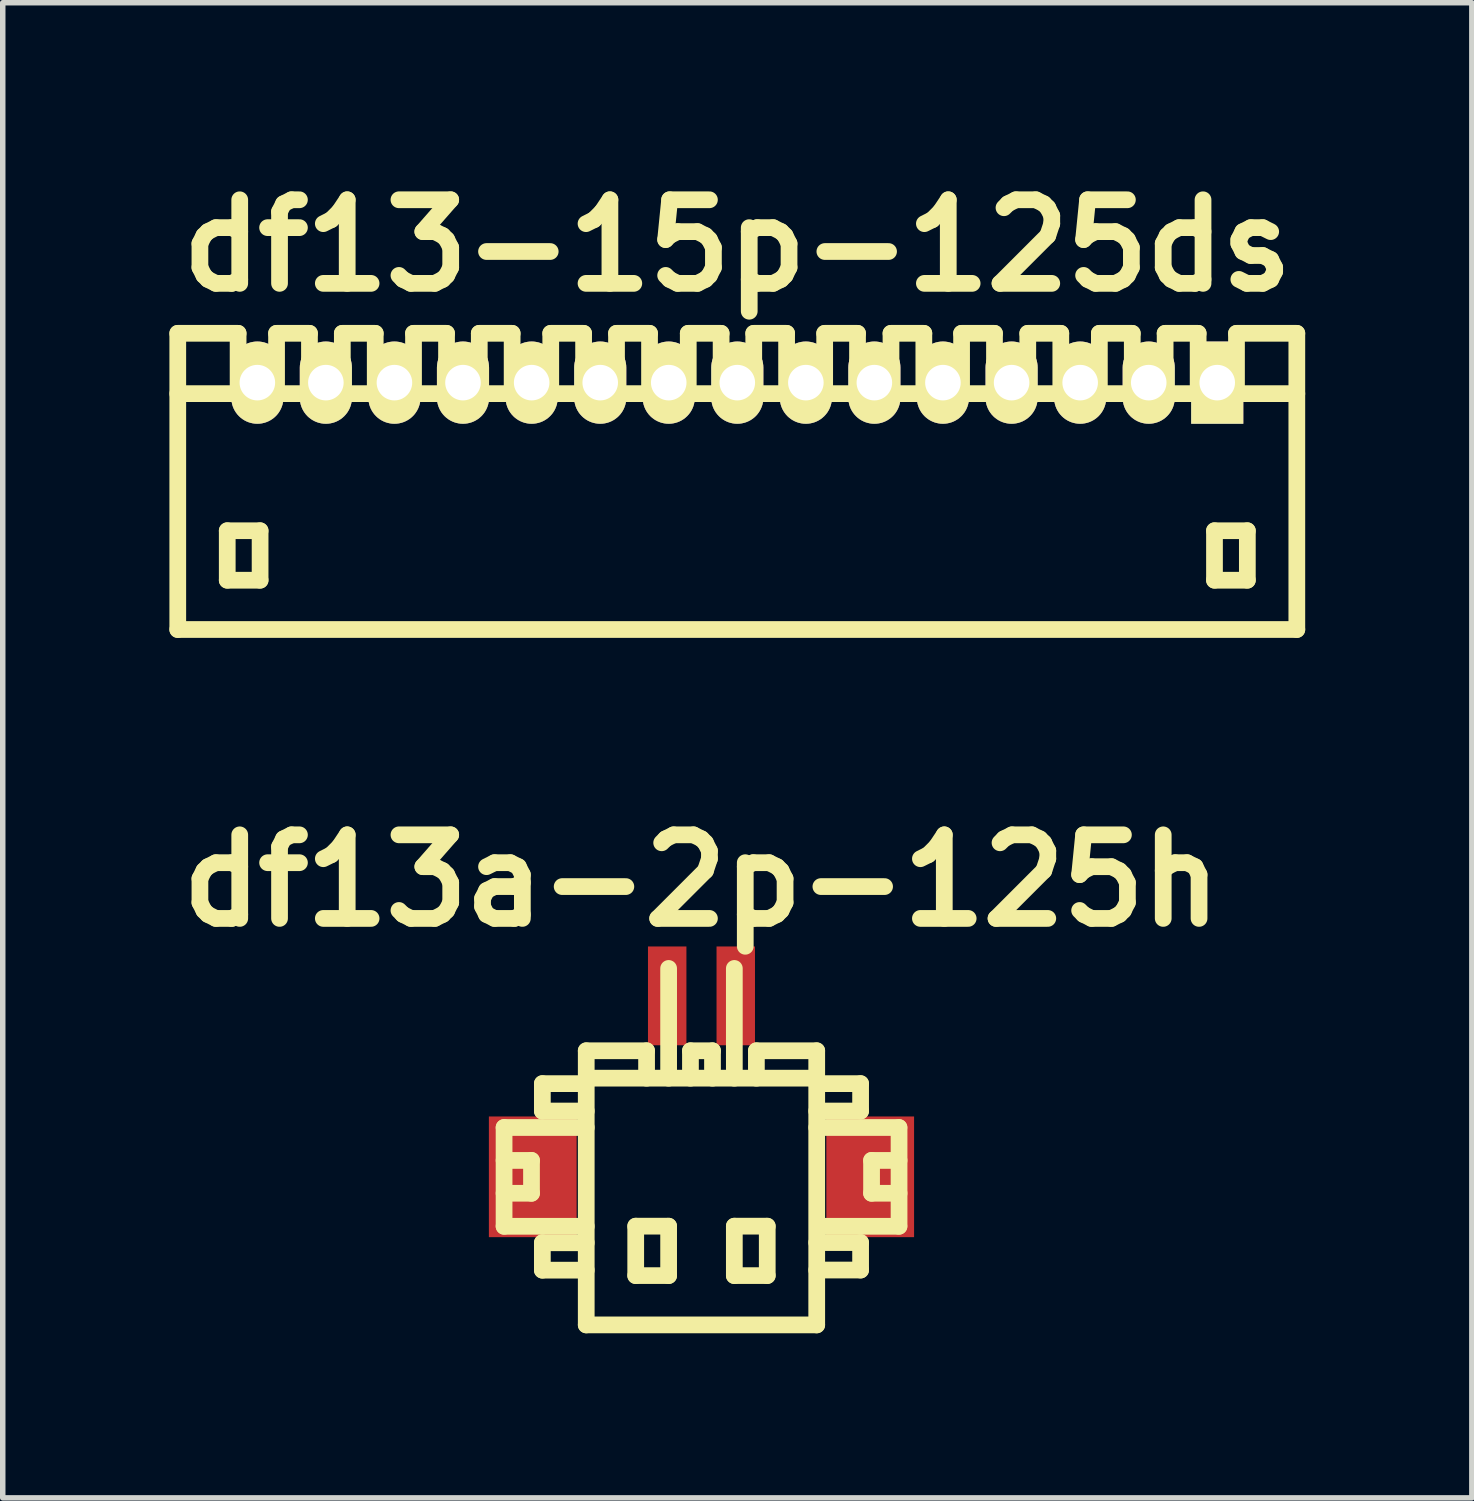
<source format=kicad_pcb>
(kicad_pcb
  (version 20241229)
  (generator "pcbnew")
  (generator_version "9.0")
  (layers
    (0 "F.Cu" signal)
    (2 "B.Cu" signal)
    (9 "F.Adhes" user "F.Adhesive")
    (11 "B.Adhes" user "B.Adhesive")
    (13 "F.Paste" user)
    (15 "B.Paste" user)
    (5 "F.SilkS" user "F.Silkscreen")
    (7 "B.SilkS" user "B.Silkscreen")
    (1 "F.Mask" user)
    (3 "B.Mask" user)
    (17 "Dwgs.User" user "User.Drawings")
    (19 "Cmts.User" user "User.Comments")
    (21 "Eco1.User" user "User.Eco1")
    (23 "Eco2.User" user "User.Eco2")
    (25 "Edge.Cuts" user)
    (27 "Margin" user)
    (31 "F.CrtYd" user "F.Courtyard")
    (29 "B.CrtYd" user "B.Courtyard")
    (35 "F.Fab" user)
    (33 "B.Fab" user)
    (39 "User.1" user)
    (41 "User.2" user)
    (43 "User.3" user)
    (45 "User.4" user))
  (footprint "df13-15p-125ds"
    (layer "F.Cu")
    (at 10.392 5.727)
    (property "Reference" "df13-15p-125ds" (at 0 -4.3 0) (layer "F.SilkS") (effects (font (size 1.524 1.524) (thickness 0.305))))
    (attr through_hole)
    (fp_line (start -10.201 2.7) (end -10.201 -2.7) (stroke (width 0.305) (type solid)) (layer "F.SilkS"))
    (fp_line (start -10.201 2.7) (end 10.201 2.7) (stroke (width 0.305) (type solid)) (layer "F.SilkS"))
    (fp_line (start -9.299 0.899) (end -9.299 1.801) (stroke (width 0.305) (type solid)) (layer "F.SilkS"))
    (fp_line (start -9.299 1.801) (end -8.7 1.801) (stroke (width 0.305) (type solid)) (layer "F.SilkS"))
    (fp_line (start -9.101 -2.7) (end -10.201 -2.7) (stroke (width 0.305) (type solid)) (layer "F.SilkS"))
    (fp_line (start -9.101 -1.6) (end -9.101 -2.7) (stroke (width 0.305) (type solid)) (layer "F.SilkS"))
    (fp_line (start -8.7 0.899) (end -9.299 0.899) (stroke (width 0.305) (type solid)) (layer "F.SilkS"))
    (fp_line (start -8.7 1.801) (end -8.7 0.899) (stroke (width 0.305) (type solid)) (layer "F.SilkS"))
    (fp_line (start -8.4 -2.7) (end -8.4 -1.6) (stroke (width 0.305) (type solid)) (layer "F.SilkS"))
    (fp_line (start -7.8 -2.7) (end -8.4 -2.7) (stroke (width 0.305) (type solid)) (layer "F.SilkS"))
    (fp_line (start -7.8 -1.6) (end -7.8 -2.7) (stroke (width 0.305) (type solid)) (layer "F.SilkS"))
    (fp_line (start -7.201 -2.7) (end -7.201 -1.6) (stroke (width 0.305) (type solid)) (layer "F.SilkS"))
    (fp_line (start -6.601 -2.7) (end -7.201 -2.7) (stroke (width 0.305) (type solid)) (layer "F.SilkS"))
    (fp_line (start -6.601 -1.6) (end -6.601 -2.7) (stroke (width 0.305) (type solid)) (layer "F.SilkS"))
    (fp_line (start -5.903 -2.7) (end -5.903 -1.6) (stroke (width 0.305) (type solid)) (layer "F.SilkS"))
    (fp_line (start -5.301 -2.7) (end -5.903 -2.7) (stroke (width 0.305) (type solid)) (layer "F.SilkS"))
    (fp_line (start -5.301 -1.6) (end -5.301 -2.7) (stroke (width 0.305) (type solid)) (layer "F.SilkS"))
    (fp_line (start -4.704 -2.7) (end -4.704 -1.6) (stroke (width 0.305) (type solid)) (layer "F.SilkS"))
    (fp_line (start -4.105 -2.7) (end -4.704 -2.7) (stroke (width 0.305) (type solid)) (layer "F.SilkS"))
    (fp_line (start -4.105 -1.6) (end -4.105 -2.7) (stroke (width 0.305) (type solid)) (layer "F.SilkS"))
    (fp_line (start -3.401 -2.7) (end -3.401 -1.6) (stroke (width 0.305) (type solid)) (layer "F.SilkS"))
    (fp_line (start -2.802 -2.7) (end -3.401 -2.7) (stroke (width 0.305) (type solid)) (layer "F.SilkS"))
    (fp_line (start -2.802 -1.6) (end -2.802 -2.7) (stroke (width 0.305) (type solid)) (layer "F.SilkS"))
    (fp_line (start -2.202 -2.7) (end -2.202 -1.6) (stroke (width 0.305) (type solid)) (layer "F.SilkS"))
    (fp_line (start -1.6 -2.7) (end -2.202 -2.7) (stroke (width 0.305) (type solid)) (layer "F.SilkS"))
    (fp_line (start -1.6 -2.7) (end -1.6 -1.6) (stroke (width 0.305) (type solid)) (layer "F.SilkS"))
    (fp_line (start -0.894 -2.7) (end -0.894 -1.6) (stroke (width 0.305) (type solid)) (layer "F.SilkS"))
    (fp_line (start -0.295 -2.7) (end -0.894 -2.7) (stroke (width 0.305) (type solid)) (layer "F.SilkS"))
    (fp_line (start -0.295 -2.7) (end -0.295 -1.6) (stroke (width 0.305) (type solid)) (layer "F.SilkS"))
    (fp_line (start 0.3 -2.7) (end 0.3 -1.6) (stroke (width 0.305) (type solid)) (layer "F.SilkS"))
    (fp_line (start 0.899 -2.7) (end 0.3 -2.7) (stroke (width 0.305) (type solid)) (layer "F.SilkS"))
    (fp_line (start 0.899 -1.6) (end 0.899 -2.7) (stroke (width 0.305) (type solid)) (layer "F.SilkS"))
    (fp_line (start 1.593 -1.6) (end 1.593 -2.7) (stroke (width 0.305) (type solid)) (layer "F.SilkS"))
    (fp_line (start 2.192 -2.7) (end 1.593 -2.7) (stroke (width 0.305) (type solid)) (layer "F.SilkS"))
    (fp_line (start 2.192 -1.6) (end 2.192 -2.7) (stroke (width 0.305) (type solid)) (layer "F.SilkS"))
    (fp_line (start 2.802 -2.7) (end 3.401 -2.7) (stroke (width 0.305) (type solid)) (layer "F.SilkS"))
    (fp_line (start 2.802 -1.6) (end 2.802 -2.7) (stroke (width 0.305) (type solid)) (layer "F.SilkS"))
    (fp_line (start 3.401 -2.7) (end 3.401 -1.6) (stroke (width 0.305) (type solid)) (layer "F.SilkS"))
    (fp_line (start 4.089 -2.7) (end 4.689 -2.7) (stroke (width 0.305) (type solid)) (layer "F.SilkS"))
    (fp_line (start 4.089 -1.6) (end 4.089 -2.7) (stroke (width 0.305) (type solid)) (layer "F.SilkS"))
    (fp_line (start 4.689 -2.7) (end 4.689 -1.6) (stroke (width 0.305) (type solid)) (layer "F.SilkS"))
    (fp_line (start 5.296 -2.7) (end 5.898 -2.7) (stroke (width 0.305) (type solid)) (layer "F.SilkS"))
    (fp_line (start 5.296 -1.6) (end 5.296 -2.7) (stroke (width 0.305) (type solid)) (layer "F.SilkS"))
    (fp_line (start 5.898 -2.7) (end 5.898 -1.6) (stroke (width 0.305) (type solid)) (layer "F.SilkS"))
    (fp_line (start 6.601 -2.7) (end 7.201 -2.7) (stroke (width 0.305) (type solid)) (layer "F.SilkS"))
    (fp_line (start 6.601 -1.6) (end 6.601 -2.7) (stroke (width 0.305) (type solid)) (layer "F.SilkS"))
    (fp_line (start 7.201 -2.7) (end 7.201 -1.6) (stroke (width 0.305) (type solid)) (layer "F.SilkS"))
    (fp_line (start 7.8 -2.7) (end 8.402 -2.7) (stroke (width 0.305) (type solid)) (layer "F.SilkS"))
    (fp_line (start 7.8 -1.6) (end 7.8 -2.7) (stroke (width 0.305) (type solid)) (layer "F.SilkS"))
    (fp_line (start 8.402 -2.7) (end 8.402 -1.6) (stroke (width 0.305) (type solid)) (layer "F.SilkS"))
    (fp_line (start 8.7 0.899) (end 9.299 0.899) (stroke (width 0.305) (type solid)) (layer "F.SilkS"))
    (fp_line (start 8.7 1.801) (end 8.7 0.899) (stroke (width 0.305) (type solid)) (layer "F.SilkS"))
    (fp_line (start 9.101 -1.6) (end 9.101 -2.7) (stroke (width 0.305) (type solid)) (layer "F.SilkS"))
    (fp_line (start 9.299 0.899) (end 9.299 1.801) (stroke (width 0.305) (type solid)) (layer "F.SilkS"))
    (fp_line (start 9.299 1.801) (end 8.7 1.801) (stroke (width 0.305) (type solid)) (layer "F.SilkS"))
    (fp_line (start 10.201 -2.7) (end 9.101 -2.7) (stroke (width 0.305) (type solid)) (layer "F.SilkS"))
    (fp_line (start 10.201 -1.6) (end -10.201 -1.6) (stroke (width 0.305) (type solid)) (layer "F.SilkS"))
    (fp_line (start 10.201 2.7) (end 10.201 -2.7) (stroke (width 0.305) (type solid)) (layer "F.SilkS"))
    (pad "1" thru_hole rect (at 8.75 -1.801) (size 0.95 1.499) (drill 0.648) (layers "*.Cu" "*.Mask" "F.SilkS"))
    (pad "2" thru_hole oval (at 7.501 -1.801) (size 0.95 1.499) (drill 0.648) (layers "*.Cu" "*.Mask" "F.SilkS"))
    (pad "3" thru_hole oval (at 6.251 -1.801) (size 0.95 1.499) (drill 0.648) (layers "*.Cu" "*.Mask" "F.SilkS"))
    (pad "4" thru_hole oval (at 5.001 -1.801) (size 0.95 1.499) (drill 0.648) (layers "*.Cu" "*.Mask" "F.SilkS"))
    (pad "5" thru_hole oval (at 3.749 -1.801) (size 0.95 1.499) (drill 0.648) (layers "*.Cu" "*.Mask" "F.SilkS"))
    (pad "6" thru_hole oval (at 2.499 -1.801) (size 0.95 1.499) (drill 0.648) (layers "*.Cu" "*.Mask" "F.SilkS"))
    (pad "7" thru_hole oval (at 1.25 -1.801) (size 0.95 1.499) (drill 0.648) (layers "*.Cu" "*.Mask" "F.SilkS"))
    (pad "8" thru_hole oval (at 0 -1.801) (size 0.95 1.499) (drill 0.648) (layers "*.Cu" "*.Mask" "F.SilkS"))
    (pad "9" thru_hole oval (at -1.25 -1.801) (size 0.95 1.499) (drill 0.648) (layers "*.Cu" "*.Mask" "F.SilkS"))
    (pad "10" thru_hole oval (at -2.499 -1.801) (size 0.95 1.499) (drill 0.648) (layers "*.Cu" "*.Mask" "F.SilkS"))
    (pad "11" thru_hole oval (at -3.749 -1.801) (size 0.95 1.499) (drill 0.648) (layers "*.Cu" "*.Mask" "F.SilkS"))
    (pad "12" thru_hole oval (at -5.001 -1.801) (size 0.95 1.499) (drill 0.648) (layers "*.Cu" "*.Mask" "F.SilkS"))
    (pad "13" thru_hole oval (at -6.251 -1.801) (size 0.95 1.499) (drill 0.648) (layers "*.Cu" "*.Mask" "F.SilkS"))
    (pad "14" thru_hole oval (at -7.501 -1.801) (size 0.95 1.499) (drill 0.648) (layers "*.Cu" "*.Mask" "F.SilkS"))
    (pad "15" thru_hole oval (at -8.75 -1.801) (size 0.95 1.499) (drill 0.648) (layers "*.Cu" "*.Mask" "F.SilkS")))
  (footprint "df13a-2p-125h"
    (layer "F.Cu")
    (at 9.739 18.606)
    (property "Reference" "df13a-2p-125h" (at 0 -5.601 0) (layer "F.SilkS") (effects (font (size 1.524 1.524) (thickness 0.305))))
    (attr through_hole)
    (fp_line (start -3.599 -1.1) (end -3.599 0.701) (stroke (width 0.305) (type solid)) (layer "F.SilkS"))
    (fp_line (start -3.599 0.701) (end -2.101 0.701) (stroke (width 0.305) (type solid)) (layer "F.SilkS"))
    (fp_line (start -3.099 -0.5) (end -3.599 -0.5) (stroke (width 0.305) (type solid)) (layer "F.SilkS"))
    (fp_line (start -3.099 0.099) (end -3.599 0.099) (stroke (width 0.305) (type solid)) (layer "F.SilkS"))
    (fp_line (start -3.099 0.099) (end -3.099 -0.5) (stroke (width 0.305) (type solid)) (layer "F.SilkS"))
    (fp_line (start -2.901 -1.9) (end -2.901 -1.4) (stroke (width 0.305) (type solid)) (layer "F.SilkS"))
    (fp_line (start -2.901 -1.9) (end -2.101 -1.9) (stroke (width 0.305) (type solid)) (layer "F.SilkS"))
    (fp_line (start -2.901 1.001) (end -2.901 1.501) (stroke (width 0.305) (type solid)) (layer "F.SilkS"))
    (fp_line (start -2.901 1.501) (end -2.101 1.501) (stroke (width 0.305) (type solid)) (layer "F.SilkS"))
    (fp_line (start -2.101 -1.4) (end -2.901 -1.4) (stroke (width 0.305) (type solid)) (layer "F.SilkS"))
    (fp_line (start -2.101 -1.1) (end -3.599 -1.1) (stroke (width 0.305) (type solid)) (layer "F.SilkS"))
    (fp_line (start -2.101 1.001) (end -2.901 1.001) (stroke (width 0.305) (type solid)) (layer "F.SilkS"))
    (fp_line (start -2.101 2.499) (end -2.101 -2.499) (stroke (width 0.305) (type solid)) (layer "F.SilkS"))
    (fp_line (start -1.199 0.699) (end -1.199 1.6) (stroke (width 0.305) (type solid)) (layer "F.SilkS"))
    (fp_line (start -1.199 1.6) (end -0.599 1.6) (stroke (width 0.305) (type solid)) (layer "F.SilkS"))
    (fp_line (start -1.001 -2.499) (end -2.101 -2.499) (stroke (width 0.305) (type solid)) (layer "F.SilkS"))
    (fp_line (start -1.001 -2.499) (end -1.001 -1.999) (stroke (width 0.305) (type solid)) (layer "F.SilkS"))
    (fp_line (start -0.599 -4) (end -0.599 -1.999) (stroke (width 0.305) (type solid)) (layer "F.SilkS"))
    (fp_line (start -0.599 0.699) (end -1.199 0.699) (stroke (width 0.305) (type solid)) (layer "F.SilkS"))
    (fp_line (start -0.599 1.6) (end -0.599 0.699) (stroke (width 0.305) (type solid)) (layer "F.SilkS"))
    (fp_line (start -0.201 -2.499) (end -0.201 -1.999) (stroke (width 0.305) (type solid)) (layer "F.SilkS"))
    (fp_line (start 0.201 -2.499) (end -0.201 -2.499) (stroke (width 0.305) (type solid)) (layer "F.SilkS"))
    (fp_line (start 0.201 -2.499) (end 0.201 -1.999) (stroke (width 0.305) (type solid)) (layer "F.SilkS"))
    (fp_line (start 0.599 -1.999) (end 0.599 -4) (stroke (width 0.305) (type solid)) (layer "F.SilkS"))
    (fp_line (start 0.599 0.699) (end 1.199 0.699) (stroke (width 0.305) (type solid)) (layer "F.SilkS"))
    (fp_line (start 0.599 1.6) (end 0.599 0.699) (stroke (width 0.305) (type solid)) (layer "F.SilkS"))
    (fp_line (start 1.001 -2.499) (end 1.001 -1.999) (stroke (width 0.305) (type solid)) (layer "F.SilkS"))
    (fp_line (start 1.199 0.699) (end 1.199 1.6) (stroke (width 0.305) (type solid)) (layer "F.SilkS"))
    (fp_line (start 1.199 1.6) (end 0.599 1.6) (stroke (width 0.305) (type solid)) (layer "F.SilkS"))
    (fp_line (start 2.101 -2.499) (end 1.001 -2.499) (stroke (width 0.305) (type solid)) (layer "F.SilkS"))
    (fp_line (start 2.101 -2.499) (end 2.101 2.499) (stroke (width 0.305) (type solid)) (layer "F.SilkS"))
    (fp_line (start 2.101 -1.999) (end -2.101 -1.999) (stroke (width 0.305) (type solid)) (layer "F.SilkS"))
    (fp_line (start 2.101 -1.9) (end 2.901 -1.9) (stroke (width 0.305) (type solid)) (layer "F.SilkS"))
    (fp_line (start 2.101 0.998) (end 2.901 0.998) (stroke (width 0.305) (type solid)) (layer "F.SilkS"))
    (fp_line (start 2.101 2.499) (end -2.101 2.499) (stroke (width 0.305) (type solid)) (layer "F.SilkS"))
    (fp_line (start 2.901 -1.9) (end 2.901 -1.4) (stroke (width 0.305) (type solid)) (layer "F.SilkS"))
    (fp_line (start 2.901 -1.4) (end 2.101 -1.4) (stroke (width 0.305) (type solid)) (layer "F.SilkS"))
    (fp_line (start 2.901 0.998) (end 2.901 1.499) (stroke (width 0.305) (type solid)) (layer "F.SilkS"))
    (fp_line (start 2.901 1.499) (end 2.101 1.499) (stroke (width 0.305) (type solid)) (layer "F.SilkS"))
    (fp_line (start 3.101 0.099) (end 3.101 -0.5) (stroke (width 0.305) (type solid)) (layer "F.SilkS"))
    (fp_line (start 3.599 -1.1) (end 2.101 -1.1) (stroke (width 0.305) (type solid)) (layer "F.SilkS"))
    (fp_line (start 3.599 0.701) (end 2.2 0.701) (stroke (width 0.305) (type solid)) (layer "F.SilkS"))
    (fp_line (start 3.602 -1.1) (end 3.602 0.701) (stroke (width 0.305) (type solid)) (layer "F.SilkS"))
    (fp_line (start 3.602 -0.5) (end 3.101 -0.5) (stroke (width 0.305) (type solid)) (layer "F.SilkS"))
    (fp_line (start 3.602 0.099) (end 3.101 0.099) (stroke (width 0.305) (type solid)) (layer "F.SilkS"))
    (pad "" smd rect (at -3.076 -0.201) (size 1.6 2.2) (layers "F.Cu" "F.Mask" "F.Paste"))
    (pad "" smd rect (at 3.076 -0.201) (size 1.6 2.2) (layers "F.Cu" "F.Mask" "F.Paste"))
    (pad "1" smd rect (at 0.625 -3.5) (size 0.701 1.801) (layers "F.Cu" "F.Mask" "F.Paste"))
    (pad "2" smd rect (at -0.625 -3.5) (size 0.701 1.801) (layers "F.Cu" "F.Mask" "F.Paste")))
  (gr_rect
    (start -3 -3)
    (end 23.784 24.258)
    (stroke (width 0.1) (type default))
    (fill no)
    (layer "Edge.Cuts")))
</source>
